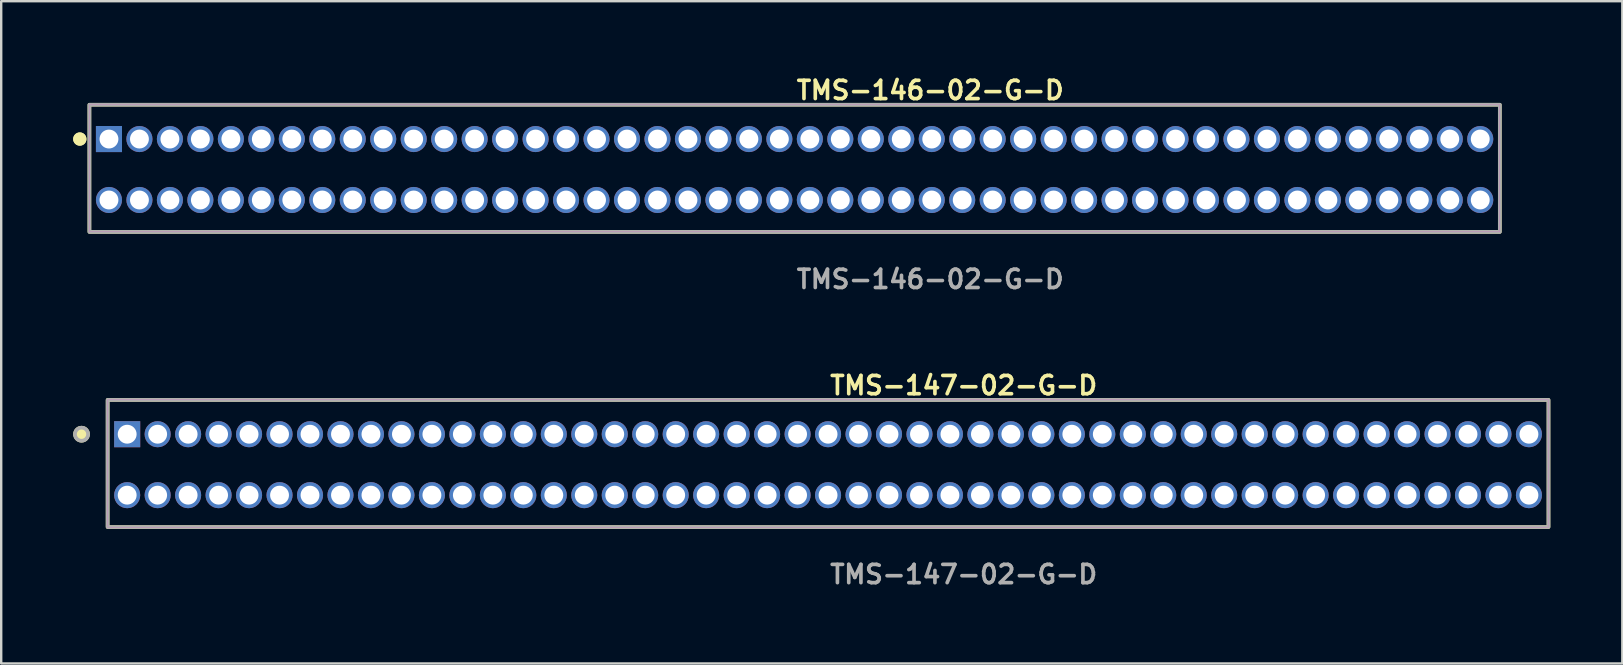
<source format=kicad_pcb>
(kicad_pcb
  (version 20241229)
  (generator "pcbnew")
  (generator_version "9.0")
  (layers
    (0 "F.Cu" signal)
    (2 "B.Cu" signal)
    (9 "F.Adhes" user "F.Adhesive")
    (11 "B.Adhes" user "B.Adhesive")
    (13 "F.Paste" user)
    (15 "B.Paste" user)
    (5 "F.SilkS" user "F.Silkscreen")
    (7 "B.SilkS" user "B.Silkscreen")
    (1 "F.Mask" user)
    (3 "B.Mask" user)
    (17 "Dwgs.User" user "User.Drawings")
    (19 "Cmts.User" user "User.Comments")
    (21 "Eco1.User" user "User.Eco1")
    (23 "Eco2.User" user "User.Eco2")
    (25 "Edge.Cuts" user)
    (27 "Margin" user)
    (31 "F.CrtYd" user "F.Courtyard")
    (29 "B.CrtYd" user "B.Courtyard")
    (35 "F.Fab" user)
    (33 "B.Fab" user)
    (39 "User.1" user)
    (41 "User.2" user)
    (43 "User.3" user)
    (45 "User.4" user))
  (footprint "TMS-147-02-G-D"
    (layer "F.Cu")
    (at 31.46 16.316)
    (property "Reference" "TMS-147-02-G-D" (at 0 -3.302 0) (unlocked yes) (layer "F.SilkS") (effects (font (size 0.762 0.762) (thickness 0.152)) (justify left)))
    (fp_rect (start -30.025 2.6) (end 30.025 -2.7) (stroke (width 0.152) (type solid)) (fill no) (layer "F.SilkS"))
    (fp_circle (center -31.112 -1.27) (end -31.384 -1.27) (stroke (width 0.152) (type solid)) (fill yes) (layer "F.SilkS"))
    (fp_rect (start -30.025 2.6) (end 30.025 -2.7) (stroke (width 0.006) (type solid)) (fill no) (layer "F.CrtYd"))
    (fp_rect (start -30.025 2.6) (end 30.025 -2.7) (stroke (width 0.152) (type solid)) (fill no) (layer "F.Fab"))
    (fp_circle (center -31.112 -1.27) (end -31.384 -1.27) (stroke (width 0.152) (type solid)) (fill no) (layer "F.Fab"))
    (fp_text user "${REFERENCE}" (at 0 4.572 0) (unlocked yes) (layer "F.Fab") (effects (font (size 0.762 0.762) (thickness 0.152)) (justify left)))
    (pad "1" thru_hole rect (at -29.21 -1.27) (size 1.087 1.087) (drill 0.787) (layers "*.Cu" "*.Mask"))
    (pad "2" thru_hole circle (at -29.21 1.27) (size 1.087 1.087) (drill 0.787) (layers "*.Cu" "*.Mask"))
    (pad "3" thru_hole circle (at -27.94 -1.27) (size 1.087 1.087) (drill 0.787) (layers "*.Cu" "*.Mask"))
    (pad "4" thru_hole circle (at -27.94 1.27) (size 1.087 1.087) (drill 0.787) (layers "*.Cu" "*.Mask"))
    (pad "5" thru_hole circle (at -26.67 -1.27) (size 1.087 1.087) (drill 0.787) (layers "*.Cu" "*.Mask"))
    (pad "6" thru_hole circle (at -26.67 1.27) (size 1.087 1.087) (drill 0.787) (layers "*.Cu" "*.Mask"))
    (pad "7" thru_hole circle (at -25.4 -1.27) (size 1.087 1.087) (drill 0.787) (layers "*.Cu" "*.Mask"))
    (pad "8" thru_hole circle (at -25.4 1.27) (size 1.087 1.087) (drill 0.787) (layers "*.Cu" "*.Mask"))
    (pad "9" thru_hole circle (at -24.13 -1.27) (size 1.087 1.087) (drill 0.787) (layers "*.Cu" "*.Mask"))
    (pad "10" thru_hole circle (at -24.13 1.27) (size 1.087 1.087) (drill 0.787) (layers "*.Cu" "*.Mask"))
    (pad "11" thru_hole circle (at -22.86 -1.27) (size 1.087 1.087) (drill 0.787) (layers "*.Cu" "*.Mask"))
    (pad "12" thru_hole circle (at -22.86 1.27) (size 1.087 1.087) (drill 0.787) (layers "*.Cu" "*.Mask"))
    (pad "13" thru_hole circle (at -21.59 -1.27) (size 1.087 1.087) (drill 0.787) (layers "*.Cu" "*.Mask"))
    (pad "14" thru_hole circle (at -21.59 1.27) (size 1.087 1.087) (drill 0.787) (layers "*.Cu" "*.Mask"))
    (pad "15" thru_hole circle (at -20.32 -1.27) (size 1.087 1.087) (drill 0.787) (layers "*.Cu" "*.Mask"))
    (pad "16" thru_hole circle (at -20.32 1.27) (size 1.087 1.087) (drill 0.787) (layers "*.Cu" "*.Mask"))
    (pad "17" thru_hole circle (at -19.05 -1.27) (size 1.087 1.087) (drill 0.787) (layers "*.Cu" "*.Mask"))
    (pad "18" thru_hole circle (at -19.05 1.27) (size 1.087 1.087) (drill 0.787) (layers "*.Cu" "*.Mask"))
    (pad "19" thru_hole circle (at -17.78 -1.27) (size 1.087 1.087) (drill 0.787) (layers "*.Cu" "*.Mask"))
    (pad "20" thru_hole circle (at -17.78 1.27) (size 1.087 1.087) (drill 0.787) (layers "*.Cu" "*.Mask"))
    (pad "21" thru_hole circle (at -16.51 -1.27) (size 1.087 1.087) (drill 0.787) (layers "*.Cu" "*.Mask"))
    (pad "22" thru_hole circle (at -16.51 1.27) (size 1.087 1.087) (drill 0.787) (layers "*.Cu" "*.Mask"))
    (pad "23" thru_hole circle (at -15.24 -1.27) (size 1.087 1.087) (drill 0.787) (layers "*.Cu" "*.Mask"))
    (pad "24" thru_hole circle (at -15.24 1.27) (size 1.087 1.087) (drill 0.787) (layers "*.Cu" "*.Mask"))
    (pad "25" thru_hole circle (at -13.97 -1.27) (size 1.087 1.087) (drill 0.787) (layers "*.Cu" "*.Mask"))
    (pad "26" thru_hole circle (at -13.97 1.27) (size 1.087 1.087) (drill 0.787) (layers "*.Cu" "*.Mask"))
    (pad "27" thru_hole circle (at -12.7 -1.27) (size 1.087 1.087) (drill 0.787) (layers "*.Cu" "*.Mask"))
    (pad "28" thru_hole circle (at -12.7 1.27) (size 1.087 1.087) (drill 0.787) (layers "*.Cu" "*.Mask"))
    (pad "29" thru_hole circle (at -11.43 -1.27) (size 1.087 1.087) (drill 0.787) (layers "*.Cu" "*.Mask"))
    (pad "30" thru_hole circle (at -11.43 1.27) (size 1.087 1.087) (drill 0.787) (layers "*.Cu" "*.Mask"))
    (pad "31" thru_hole circle (at -10.16 -1.27) (size 1.087 1.087) (drill 0.787) (layers "*.Cu" "*.Mask"))
    (pad "32" thru_hole circle (at -10.16 1.27) (size 1.087 1.087) (drill 0.787) (layers "*.Cu" "*.Mask"))
    (pad "33" thru_hole circle (at -8.89 -1.27) (size 1.087 1.087) (drill 0.787) (layers "*.Cu" "*.Mask"))
    (pad "34" thru_hole circle (at -8.89 1.27) (size 1.087 1.087) (drill 0.787) (layers "*.Cu" "*.Mask"))
    (pad "35" thru_hole circle (at -7.62 -1.27) (size 1.087 1.087) (drill 0.787) (layers "*.Cu" "*.Mask"))
    (pad "36" thru_hole circle (at -7.62 1.27) (size 1.087 1.087) (drill 0.787) (layers "*.Cu" "*.Mask"))
    (pad "37" thru_hole circle (at -6.35 -1.27) (size 1.087 1.087) (drill 0.787) (layers "*.Cu" "*.Mask"))
    (pad "38" thru_hole circle (at -6.35 1.27) (size 1.087 1.087) (drill 0.787) (layers "*.Cu" "*.Mask"))
    (pad "39" thru_hole circle (at -5.08 -1.27) (size 1.087 1.087) (drill 0.787) (layers "*.Cu" "*.Mask"))
    (pad "40" thru_hole circle (at -5.08 1.27) (size 1.087 1.087) (drill 0.787) (layers "*.Cu" "*.Mask"))
    (pad "41" thru_hole circle (at -3.81 -1.27) (size 1.087 1.087) (drill 0.787) (layers "*.Cu" "*.Mask"))
    (pad "42" thru_hole circle (at -3.81 1.27) (size 1.087 1.087) (drill 0.787) (layers "*.Cu" "*.Mask"))
    (pad "43" thru_hole circle (at -2.54 -1.27) (size 1.087 1.087) (drill 0.787) (layers "*.Cu" "*.Mask"))
    (pad "44" thru_hole circle (at -2.54 1.27) (size 1.087 1.087) (drill 0.787) (layers "*.Cu" "*.Mask"))
    (pad "45" thru_hole circle (at -1.27 -1.27) (size 1.087 1.087) (drill 0.787) (layers "*.Cu" "*.Mask"))
    (pad "46" thru_hole circle (at -1.27 1.27) (size 1.087 1.087) (drill 0.787) (layers "*.Cu" "*.Mask"))
    (pad "47" thru_hole circle (at 0 -1.27) (size 1.087 1.087) (drill 0.787) (layers "*.Cu" "*.Mask"))
    (pad "48" thru_hole circle (at 0 1.27) (size 1.087 1.087) (drill 0.787) (layers "*.Cu" "*.Mask"))
    (pad "49" thru_hole circle (at 1.27 -1.27) (size 1.087 1.087) (drill 0.787) (layers "*.Cu" "*.Mask"))
    (pad "50" thru_hole circle (at 1.27 1.27) (size 1.087 1.087) (drill 0.787) (layers "*.Cu" "*.Mask"))
    (pad "51" thru_hole circle (at 2.54 -1.27) (size 1.087 1.087) (drill 0.787) (layers "*.Cu" "*.Mask"))
    (pad "52" thru_hole circle (at 2.54 1.27) (size 1.087 1.087) (drill 0.787) (layers "*.Cu" "*.Mask"))
    (pad "53" thru_hole circle (at 3.81 -1.27) (size 1.087 1.087) (drill 0.787) (layers "*.Cu" "*.Mask"))
    (pad "54" thru_hole circle (at 3.81 1.27) (size 1.087 1.087) (drill 0.787) (layers "*.Cu" "*.Mask"))
    (pad "55" thru_hole circle (at 5.08 -1.27) (size 1.087 1.087) (drill 0.787) (layers "*.Cu" "*.Mask"))
    (pad "56" thru_hole circle (at 5.08 1.27) (size 1.087 1.087) (drill 0.787) (layers "*.Cu" "*.Mask"))
    (pad "57" thru_hole circle (at 6.35 -1.27) (size 1.087 1.087) (drill 0.787) (layers "*.Cu" "*.Mask"))
    (pad "58" thru_hole circle (at 6.35 1.27) (size 1.087 1.087) (drill 0.787) (layers "*.Cu" "*.Mask"))
    (pad "59" thru_hole circle (at 7.62 -1.27) (size 1.087 1.087) (drill 0.787) (layers "*.Cu" "*.Mask"))
    (pad "60" thru_hole circle (at 7.62 1.27) (size 1.087 1.087) (drill 0.787) (layers "*.Cu" "*.Mask"))
    (pad "61" thru_hole circle (at 8.89 -1.27) (size 1.087 1.087) (drill 0.787) (layers "*.Cu" "*.Mask"))
    (pad "62" thru_hole circle (at 8.89 1.27) (size 1.087 1.087) (drill 0.787) (layers "*.Cu" "*.Mask"))
    (pad "63" thru_hole circle (at 10.16 -1.27) (size 1.087 1.087) (drill 0.787) (layers "*.Cu" "*.Mask"))
    (pad "64" thru_hole circle (at 10.16 1.27) (size 1.087 1.087) (drill 0.787) (layers "*.Cu" "*.Mask"))
    (pad "65" thru_hole circle (at 11.43 -1.27) (size 1.087 1.087) (drill 0.787) (layers "*.Cu" "*.Mask"))
    (pad "66" thru_hole circle (at 11.43 1.27) (size 1.087 1.087) (drill 0.787) (layers "*.Cu" "*.Mask"))
    (pad "67" thru_hole circle (at 12.7 -1.27) (size 1.087 1.087) (drill 0.787) (layers "*.Cu" "*.Mask"))
    (pad "68" thru_hole circle (at 12.7 1.27) (size 1.087 1.087) (drill 0.787) (layers "*.Cu" "*.Mask"))
    (pad "69" thru_hole circle (at 13.97 -1.27) (size 1.087 1.087) (drill 0.787) (layers "*.Cu" "*.Mask"))
    (pad "70" thru_hole circle (at 13.97 1.27) (size 1.087 1.087) (drill 0.787) (layers "*.Cu" "*.Mask"))
    (pad "71" thru_hole circle (at 15.24 -1.27) (size 1.087 1.087) (drill 0.787) (layers "*.Cu" "*.Mask"))
    (pad "72" thru_hole circle (at 15.24 1.27) (size 1.087 1.087) (drill 0.787) (layers "*.Cu" "*.Mask"))
    (pad "73" thru_hole circle (at 16.51 -1.27) (size 1.087 1.087) (drill 0.787) (layers "*.Cu" "*.Mask"))
    (pad "74" thru_hole circle (at 16.51 1.27) (size 1.087 1.087) (drill 0.787) (layers "*.Cu" "*.Mask"))
    (pad "75" thru_hole circle (at 17.78 -1.27) (size 1.087 1.087) (drill 0.787) (layers "*.Cu" "*.Mask"))
    (pad "76" thru_hole circle (at 17.78 1.27) (size 1.087 1.087) (drill 0.787) (layers "*.Cu" "*.Mask"))
    (pad "77" thru_hole circle (at 19.05 -1.27) (size 1.087 1.087) (drill 0.787) (layers "*.Cu" "*.Mask"))
    (pad "78" thru_hole circle (at 19.05 1.27) (size 1.087 1.087) (drill 0.787) (layers "*.Cu" "*.Mask"))
    (pad "79" thru_hole circle (at 20.32 -1.27) (size 1.087 1.087) (drill 0.787) (layers "*.Cu" "*.Mask"))
    (pad "80" thru_hole circle (at 20.32 1.27) (size 1.087 1.087) (drill 0.787) (layers "*.Cu" "*.Mask"))
    (pad "81" thru_hole circle (at 21.59 -1.27) (size 1.087 1.087) (drill 0.787) (layers "*.Cu" "*.Mask"))
    (pad "82" thru_hole circle (at 21.59 1.27) (size 1.087 1.087) (drill 0.787) (layers "*.Cu" "*.Mask"))
    (pad "83" thru_hole circle (at 22.86 -1.27) (size 1.087 1.087) (drill 0.787) (layers "*.Cu" "*.Mask"))
    (pad "84" thru_hole circle (at 22.86 1.27) (size 1.087 1.087) (drill 0.787) (layers "*.Cu" "*.Mask"))
    (pad "85" thru_hole circle (at 24.13 -1.27) (size 1.087 1.087) (drill 0.787) (layers "*.Cu" "*.Mask"))
    (pad "86" thru_hole circle (at 24.13 1.27) (size 1.087 1.087) (drill 0.787) (layers "*.Cu" "*.Mask"))
    (pad "87" thru_hole circle (at 25.4 -1.27) (size 1.087 1.087) (drill 0.787) (layers "*.Cu" "*.Mask"))
    (pad "88" thru_hole circle (at 25.4 1.27) (size 1.087 1.087) (drill 0.787) (layers "*.Cu" "*.Mask"))
    (pad "89" thru_hole circle (at 26.67 -1.27) (size 1.087 1.087) (drill 0.787) (layers "*.Cu" "*.Mask"))
    (pad "90" thru_hole circle (at 26.67 1.27) (size 1.087 1.087) (drill 0.787) (layers "*.Cu" "*.Mask"))
    (pad "91" thru_hole circle (at 27.94 -1.27) (size 1.087 1.087) (drill 0.787) (layers "*.Cu" "*.Mask"))
    (pad "92" thru_hole circle (at 27.94 1.27) (size 1.087 1.087) (drill 0.787) (layers "*.Cu" "*.Mask"))
    (pad "93" thru_hole circle (at 29.21 -1.27) (size 1.087 1.087) (drill 0.787) (layers "*.Cu" "*.Mask"))
    (pad "94" thru_hole circle (at 29.21 1.27) (size 1.087 1.087) (drill 0.787) (layers "*.Cu" "*.Mask")))
  (footprint "TMS-146-02-G-D"
    (layer "F.Cu")
    (at 30.066 4.015)
    (property "Reference" "TMS-146-02-G-D" (at 0 -3.302 0) (unlocked yes) (layer "F.SilkS") (effects (font (size 0.762 0.762) (thickness 0.152)) (justify left)))
    (fp_rect (start -29.39 2.6) (end 29.39 -2.7) (stroke (width 0.152) (type solid)) (fill no) (layer "F.SilkS"))
    (fp_circle (center -29.79 -1.27) (end -29.99 -1.27) (stroke (width 0.152) (type solid)) (fill yes) (layer "F.SilkS"))
    (fp_circle (center -29.79 -1.27) (end -29.99 -1.27) (stroke (width 0.152) (type solid)) (fill yes) (layer "F.SilkS"))
    (fp_rect (start -29.39 2.6) (end 29.39 -2.7) (stroke (width 0.006) (type solid)) (fill no) (layer "F.CrtYd"))
    (fp_rect (start -29.39 2.6) (end 29.39 -2.7) (stroke (width 0.152) (type solid)) (fill no) (layer "F.Fab"))
    (fp_text user "${REFERENCE}" (at 0 4.572 0) (unlocked yes) (layer "F.Fab") (effects (font (size 0.762 0.762) (thickness 0.152)) (justify left)))
    (pad "1" thru_hole rect (at -28.575 -1.27) (size 1.087 1.087) (drill 0.787) (layers "*.Cu" "*.Mask"))
    (pad "2" thru_hole circle (at -28.575 1.27) (size 1.087 1.087) (drill 0.787) (layers "*.Cu" "*.Mask"))
    (pad "3" thru_hole circle (at -27.305 -1.27) (size 1.087 1.087) (drill 0.787) (layers "*.Cu" "*.Mask"))
    (pad "4" thru_hole circle (at -27.305 1.27) (size 1.087 1.087) (drill 0.787) (layers "*.Cu" "*.Mask"))
    (pad "5" thru_hole circle (at -26.035 -1.27) (size 1.087 1.087) (drill 0.787) (layers "*.Cu" "*.Mask"))
    (pad "6" thru_hole circle (at -26.035 1.27) (size 1.087 1.087) (drill 0.787) (layers "*.Cu" "*.Mask"))
    (pad "7" thru_hole circle (at -24.765 -1.27) (size 1.087 1.087) (drill 0.787) (layers "*.Cu" "*.Mask"))
    (pad "8" thru_hole circle (at -24.765 1.27) (size 1.087 1.087) (drill 0.787) (layers "*.Cu" "*.Mask"))
    (pad "9" thru_hole circle (at -23.495 -1.27) (size 1.087 1.087) (drill 0.787) (layers "*.Cu" "*.Mask"))
    (pad "10" thru_hole circle (at -23.495 1.27) (size 1.087 1.087) (drill 0.787) (layers "*.Cu" "*.Mask"))
    (pad "11" thru_hole circle (at -22.225 -1.27) (size 1.087 1.087) (drill 0.787) (layers "*.Cu" "*.Mask"))
    (pad "12" thru_hole circle (at -22.225 1.27) (size 1.087 1.087) (drill 0.787) (layers "*.Cu" "*.Mask"))
    (pad "13" thru_hole circle (at -20.955 -1.27) (size 1.087 1.087) (drill 0.787) (layers "*.Cu" "*.Mask"))
    (pad "14" thru_hole circle (at -20.955 1.27) (size 1.087 1.087) (drill 0.787) (layers "*.Cu" "*.Mask"))
    (pad "15" thru_hole circle (at -19.685 -1.27) (size 1.087 1.087) (drill 0.787) (layers "*.Cu" "*.Mask"))
    (pad "16" thru_hole circle (at -19.685 1.27) (size 1.087 1.087) (drill 0.787) (layers "*.Cu" "*.Mask"))
    (pad "17" thru_hole circle (at -18.415 -1.27) (size 1.087 1.087) (drill 0.787) (layers "*.Cu" "*.Mask"))
    (pad "18" thru_hole circle (at -18.415 1.27) (size 1.087 1.087) (drill 0.787) (layers "*.Cu" "*.Mask"))
    (pad "19" thru_hole circle (at -17.145 -1.27) (size 1.087 1.087) (drill 0.787) (layers "*.Cu" "*.Mask"))
    (pad "20" thru_hole circle (at -17.145 1.27) (size 1.087 1.087) (drill 0.787) (layers "*.Cu" "*.Mask"))
    (pad "21" thru_hole circle (at -15.875 -1.27) (size 1.087 1.087) (drill 0.787) (layers "*.Cu" "*.Mask"))
    (pad "22" thru_hole circle (at -15.875 1.27) (size 1.087 1.087) (drill 0.787) (layers "*.Cu" "*.Mask"))
    (pad "23" thru_hole circle (at -14.605 -1.27) (size 1.087 1.087) (drill 0.787) (layers "*.Cu" "*.Mask"))
    (pad "24" thru_hole circle (at -14.605 1.27) (size 1.087 1.087) (drill 0.787) (layers "*.Cu" "*.Mask"))
    (pad "25" thru_hole circle (at -13.335 -1.27) (size 1.087 1.087) (drill 0.787) (layers "*.Cu" "*.Mask"))
    (pad "26" thru_hole circle (at -13.335 1.27) (size 1.087 1.087) (drill 0.787) (layers "*.Cu" "*.Mask"))
    (pad "27" thru_hole circle (at -12.065 -1.27) (size 1.087 1.087) (drill 0.787) (layers "*.Cu" "*.Mask"))
    (pad "28" thru_hole circle (at -12.065 1.27) (size 1.087 1.087) (drill 0.787) (layers "*.Cu" "*.Mask"))
    (pad "29" thru_hole circle (at -10.795 -1.27) (size 1.087 1.087) (drill 0.787) (layers "*.Cu" "*.Mask"))
    (pad "30" thru_hole circle (at -10.795 1.27) (size 1.087 1.087) (drill 0.787) (layers "*.Cu" "*.Mask"))
    (pad "31" thru_hole circle (at -9.525 -1.27) (size 1.087 1.087) (drill 0.787) (layers "*.Cu" "*.Mask"))
    (pad "32" thru_hole circle (at -9.525 1.27) (size 1.087 1.087) (drill 0.787) (layers "*.Cu" "*.Mask"))
    (pad "33" thru_hole circle (at -8.255 -1.27) (size 1.087 1.087) (drill 0.787) (layers "*.Cu" "*.Mask"))
    (pad "34" thru_hole circle (at -8.255 1.27) (size 1.087 1.087) (drill 0.787) (layers "*.Cu" "*.Mask"))
    (pad "35" thru_hole circle (at -6.985 -1.27) (size 1.087 1.087) (drill 0.787) (layers "*.Cu" "*.Mask"))
    (pad "36" thru_hole circle (at -6.985 1.27) (size 1.087 1.087) (drill 0.787) (layers "*.Cu" "*.Mask"))
    (pad "37" thru_hole circle (at -5.715 -1.27) (size 1.087 1.087) (drill 0.787) (layers "*.Cu" "*.Mask"))
    (pad "38" thru_hole circle (at -5.715 1.27) (size 1.087 1.087) (drill 0.787) (layers "*.Cu" "*.Mask"))
    (pad "39" thru_hole circle (at -4.445 -1.27) (size 1.087 1.087) (drill 0.787) (layers "*.Cu" "*.Mask"))
    (pad "40" thru_hole circle (at -4.445 1.27) (size 1.087 1.087) (drill 0.787) (layers "*.Cu" "*.Mask"))
    (pad "41" thru_hole circle (at -3.175 -1.27) (size 1.087 1.087) (drill 0.787) (layers "*.Cu" "*.Mask"))
    (pad "42" thru_hole circle (at -3.175 1.27) (size 1.087 1.087) (drill 0.787) (layers "*.Cu" "*.Mask"))
    (pad "43" thru_hole circle (at -1.905 -1.27) (size 1.087 1.087) (drill 0.787) (layers "*.Cu" "*.Mask"))
    (pad "44" thru_hole circle (at -1.905 1.27) (size 1.087 1.087) (drill 0.787) (layers "*.Cu" "*.Mask"))
    (pad "45" thru_hole circle (at -0.635 -1.27) (size 1.087 1.087) (drill 0.787) (layers "*.Cu" "*.Mask"))
    (pad "46" thru_hole circle (at -0.635 1.27) (size 1.087 1.087) (drill 0.787) (layers "*.Cu" "*.Mask"))
    (pad "47" thru_hole circle (at 0.635 -1.27) (size 1.087 1.087) (drill 0.787) (layers "*.Cu" "*.Mask"))
    (pad "48" thru_hole circle (at 0.635 1.27) (size 1.087 1.087) (drill 0.787) (layers "*.Cu" "*.Mask"))
    (pad "49" thru_hole circle (at 1.905 -1.27) (size 1.087 1.087) (drill 0.787) (layers "*.Cu" "*.Mask"))
    (pad "50" thru_hole circle (at 1.905 1.27) (size 1.087 1.087) (drill 0.787) (layers "*.Cu" "*.Mask"))
    (pad "51" thru_hole circle (at 3.175 -1.27) (size 1.087 1.087) (drill 0.787) (layers "*.Cu" "*.Mask"))
    (pad "52" thru_hole circle (at 3.175 1.27) (size 1.087 1.087) (drill 0.787) (layers "*.Cu" "*.Mask"))
    (pad "53" thru_hole circle (at 4.445 -1.27) (size 1.087 1.087) (drill 0.787) (layers "*.Cu" "*.Mask"))
    (pad "54" thru_hole circle (at 4.445 1.27) (size 1.087 1.087) (drill 0.787) (layers "*.Cu" "*.Mask"))
    (pad "55" thru_hole circle (at 5.715 -1.27) (size 1.087 1.087) (drill 0.787) (layers "*.Cu" "*.Mask"))
    (pad "56" thru_hole circle (at 5.715 1.27) (size 1.087 1.087) (drill 0.787) (layers "*.Cu" "*.Mask"))
    (pad "57" thru_hole circle (at 6.985 -1.27) (size 1.087 1.087) (drill 0.787) (layers "*.Cu" "*.Mask"))
    (pad "58" thru_hole circle (at 6.985 1.27) (size 1.087 1.087) (drill 0.787) (layers "*.Cu" "*.Mask"))
    (pad "59" thru_hole circle (at 8.255 -1.27) (size 1.087 1.087) (drill 0.787) (layers "*.Cu" "*.Mask"))
    (pad "60" thru_hole circle (at 8.255 1.27) (size 1.087 1.087) (drill 0.787) (layers "*.Cu" "*.Mask"))
    (pad "61" thru_hole circle (at 9.525 -1.27) (size 1.087 1.087) (drill 0.787) (layers "*.Cu" "*.Mask"))
    (pad "62" thru_hole circle (at 9.525 1.27) (size 1.087 1.087) (drill 0.787) (layers "*.Cu" "*.Mask"))
    (pad "63" thru_hole circle (at 10.795 -1.27) (size 1.087 1.087) (drill 0.787) (layers "*.Cu" "*.Mask"))
    (pad "64" thru_hole circle (at 10.795 1.27) (size 1.087 1.087) (drill 0.787) (layers "*.Cu" "*.Mask"))
    (pad "65" thru_hole circle (at 12.065 -1.27) (size 1.087 1.087) (drill 0.787) (layers "*.Cu" "*.Mask"))
    (pad "66" thru_hole circle (at 12.065 1.27) (size 1.087 1.087) (drill 0.787) (layers "*.Cu" "*.Mask"))
    (pad "67" thru_hole circle (at 13.335 -1.27) (size 1.087 1.087) (drill 0.787) (layers "*.Cu" "*.Mask"))
    (pad "68" thru_hole circle (at 13.335 1.27) (size 1.087 1.087) (drill 0.787) (layers "*.Cu" "*.Mask"))
    (pad "69" thru_hole circle (at 14.605 -1.27) (size 1.087 1.087) (drill 0.787) (layers "*.Cu" "*.Mask"))
    (pad "70" thru_hole circle (at 14.605 1.27) (size 1.087 1.087) (drill 0.787) (layers "*.Cu" "*.Mask"))
    (pad "71" thru_hole circle (at 15.875 -1.27) (size 1.087 1.087) (drill 0.787) (layers "*.Cu" "*.Mask"))
    (pad "72" thru_hole circle (at 15.875 1.27) (size 1.087 1.087) (drill 0.787) (layers "*.Cu" "*.Mask"))
    (pad "73" thru_hole circle (at 17.145 -1.27) (size 1.087 1.087) (drill 0.787) (layers "*.Cu" "*.Mask"))
    (pad "74" thru_hole circle (at 17.145 1.27) (size 1.087 1.087) (drill 0.787) (layers "*.Cu" "*.Mask"))
    (pad "75" thru_hole circle (at 18.415 -1.27) (size 1.087 1.087) (drill 0.787) (layers "*.Cu" "*.Mask"))
    (pad "76" thru_hole circle (at 18.415 1.27) (size 1.087 1.087) (drill 0.787) (layers "*.Cu" "*.Mask"))
    (pad "77" thru_hole circle (at 19.685 -1.27) (size 1.087 1.087) (drill 0.787) (layers "*.Cu" "*.Mask"))
    (pad "78" thru_hole circle (at 19.685 1.27) (size 1.087 1.087) (drill 0.787) (layers "*.Cu" "*.Mask"))
    (pad "79" thru_hole circle (at 20.955 -1.27) (size 1.087 1.087) (drill 0.787) (layers "*.Cu" "*.Mask"))
    (pad "80" thru_hole circle (at 20.955 1.27) (size 1.087 1.087) (drill 0.787) (layers "*.Cu" "*.Mask"))
    (pad "81" thru_hole circle (at 22.225 -1.27) (size 1.087 1.087) (drill 0.787) (layers "*.Cu" "*.Mask"))
    (pad "82" thru_hole circle (at 22.225 1.27) (size 1.087 1.087) (drill 0.787) (layers "*.Cu" "*.Mask"))
    (pad "83" thru_hole circle (at 23.495 -1.27) (size 1.087 1.087) (drill 0.787) (layers "*.Cu" "*.Mask"))
    (pad "84" thru_hole circle (at 23.495 1.27) (size 1.087 1.087) (drill 0.787) (layers "*.Cu" "*.Mask"))
    (pad "85" thru_hole circle (at 24.765 -1.27) (size 1.087 1.087) (drill 0.787) (layers "*.Cu" "*.Mask"))
    (pad "86" thru_hole circle (at 24.765 1.27) (size 1.087 1.087) (drill 0.787) (layers "*.Cu" "*.Mask"))
    (pad "87" thru_hole circle (at 26.035 -1.27) (size 1.087 1.087) (drill 0.787) (layers "*.Cu" "*.Mask"))
    (pad "88" thru_hole circle (at 26.035 1.27) (size 1.087 1.087) (drill 0.787) (layers "*.Cu" "*.Mask"))
    (pad "89" thru_hole circle (at 27.305 -1.27) (size 1.087 1.087) (drill 0.787) (layers "*.Cu" "*.Mask"))
    (pad "90" thru_hole circle (at 27.305 1.27) (size 1.087 1.087) (drill 0.787) (layers "*.Cu" "*.Mask"))
    (pad "91" thru_hole circle (at 28.575 -1.27) (size 1.087 1.087) (drill 0.787) (layers "*.Cu" "*.Mask"))
    (pad "92" thru_hole circle (at 28.575 1.27) (size 1.087 1.087) (drill 0.787) (layers "*.Cu" "*.Mask")))
  (gr_rect
    (start -3 -3)
    (end 64.562 24.601)
    (stroke (width 0.1) (type default))
    (fill no)
    (layer "Edge.Cuts")))
</source>
